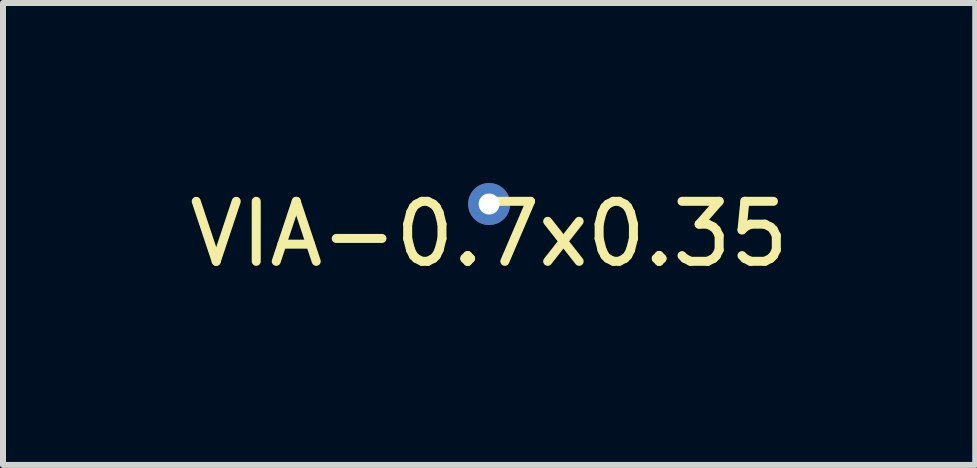
<source format=kicad_pcb>
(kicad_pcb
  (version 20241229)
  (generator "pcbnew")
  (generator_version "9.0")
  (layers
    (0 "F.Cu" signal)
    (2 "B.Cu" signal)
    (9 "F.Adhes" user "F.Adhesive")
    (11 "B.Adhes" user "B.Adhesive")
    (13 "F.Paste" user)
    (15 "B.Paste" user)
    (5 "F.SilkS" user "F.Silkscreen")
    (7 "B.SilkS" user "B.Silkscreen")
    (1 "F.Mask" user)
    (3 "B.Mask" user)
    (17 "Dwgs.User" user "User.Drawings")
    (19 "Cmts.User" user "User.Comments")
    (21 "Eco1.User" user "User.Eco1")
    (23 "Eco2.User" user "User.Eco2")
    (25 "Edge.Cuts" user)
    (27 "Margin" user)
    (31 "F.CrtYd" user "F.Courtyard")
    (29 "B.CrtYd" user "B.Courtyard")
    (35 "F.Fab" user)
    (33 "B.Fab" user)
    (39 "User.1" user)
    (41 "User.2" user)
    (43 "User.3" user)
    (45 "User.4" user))
  (footprint "VIA-0.7x0.35"
    (layer "F.Cu")
    (at 5.101 0.35)
    (property "Reference" "VIA-0.7x0.35" (at 0 0.5 0) (layer "F.SilkS") (effects (font (size 1 1) (thickness 0.15))))
    (attr through_hole)
    (pad "1" thru_hole circle (at 0 0) (size 0.7 0.7) (drill 0.35) (layers "*.Cu")))
  (gr_rect
    (start -3 -3)
    (end 13.202 4.698)
    (stroke (width 0.1) (type default))
    (fill no)
    (layer "Edge.Cuts")))
</source>
